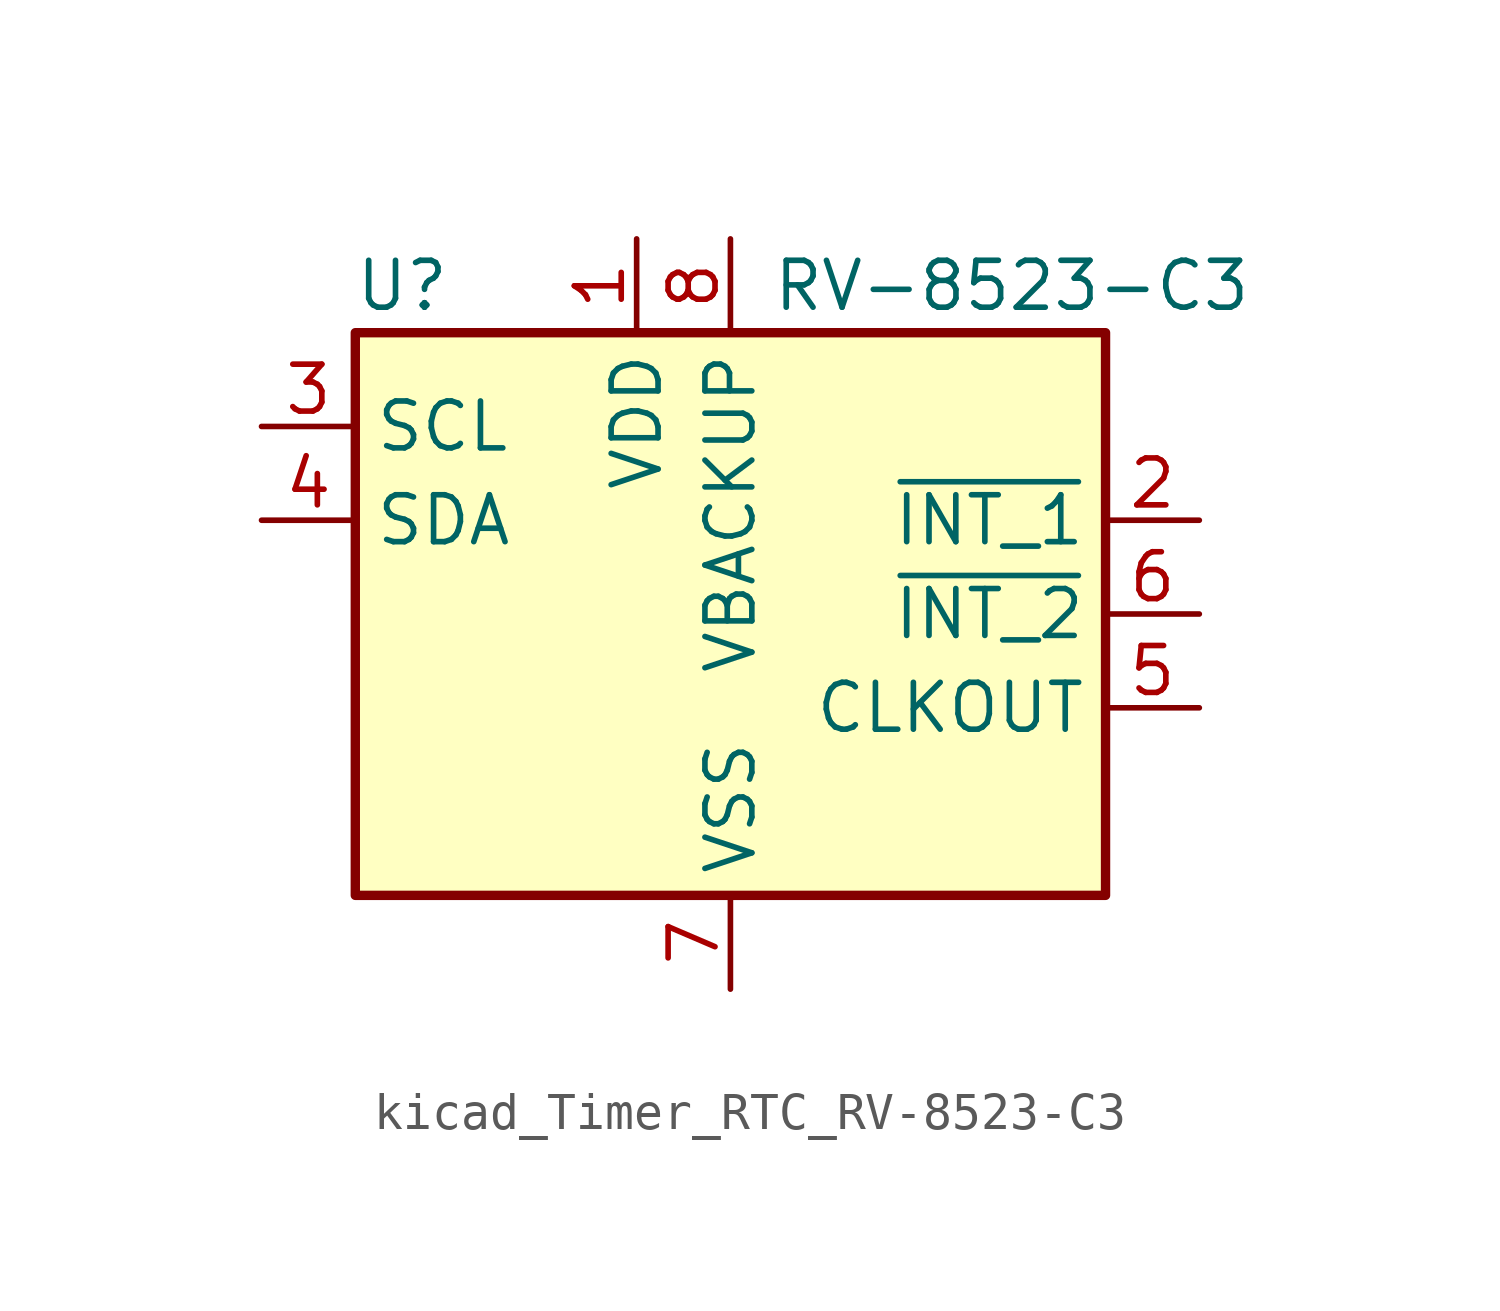
<source format=kicad_sym>
(kicad_symbol_lib
  (version 20220914)
  (generator kicad_symbol_editor)
  (symbol "kicad_Timer_RTC_RV-8523-C3"
    (property "Reference" "U"
      (at -8.89 8.89 0)
      (effects (font (size 1.27 1.27))))
    (property "Value" "RV-8523-C3"
      (at 7.62 8.89 0)
      (effects (font (size 1.27 1.27))))
    (symbol "kicad_Timer_RTC_RV-8523-C3_0_1"
      (rectangle (start 10.16 7.62) (end -10.16 -7.62) (stroke (width 0.254) (type default)) (fill (type background))))
    (symbol "kicad_Timer_RTC_RV-8523-C3_1_1"
      (pin power_in line (at -2.54 10.16 270) (length 2.54) (name "VDD" (effects (font (size 1.27 1.27)))) (number "1" (effects (font (size 1.27 1.27)))))
      (pin no_connect line (at -10.16 -5.08 0) (length 2.54) hide (name "NC" (effects (font (size 1.27 1.27)))) (number "10" (effects (font (size 1.27 1.27)))))
      (pin open_collector line (at 12.7 2.54 180) (length 2.54) (name "~{INT_1}" (effects (font (size 1.27 1.27)))) (number "2" (effects (font (size 1.27 1.27)))))
      (pin input line (at -12.7 5.08 0) (length 2.54) (name "SCL" (effects (font (size 1.27 1.27)))) (number "3" (effects (font (size 1.27 1.27)))))
      (pin bidirectional line (at -12.7 2.54 0) (length 2.54) (name "SDA" (effects (font (size 1.27 1.27)))) (number "4" (effects (font (size 1.27 1.27)))))
      (pin open_collector line (at 12.7 -2.54 180) (length 2.54) (name "CLKOUT" (effects (font (size 1.27 1.27)))) (number "5" (effects (font (size 1.27 1.27)))))
      (pin open_collector line (at 12.7 0 180) (length 2.54) (name "~{INT_2}" (effects (font (size 1.27 1.27)))) (number "6" (effects (font (size 1.27 1.27)))))
      (pin power_in line (at 0 -10.16 90) (length 2.54) (name "VSS" (effects (font (size 1.27 1.27)))) (number "7" (effects (font (size 1.27 1.27)))))
      (pin power_in line (at 0 10.16 270) (length 2.54) (name "VBACKUP" (effects (font (size 1.27 1.27)))) (number "8" (effects (font (size 1.27 1.27)))))
      (pin no_connect line (at -10.16 -2.54 0) (length 2.54) hide (name "NC" (effects (font (size 1.27 1.27)))) (number "9" (effects (font (size 1.27 1.27))))))))
</source>
